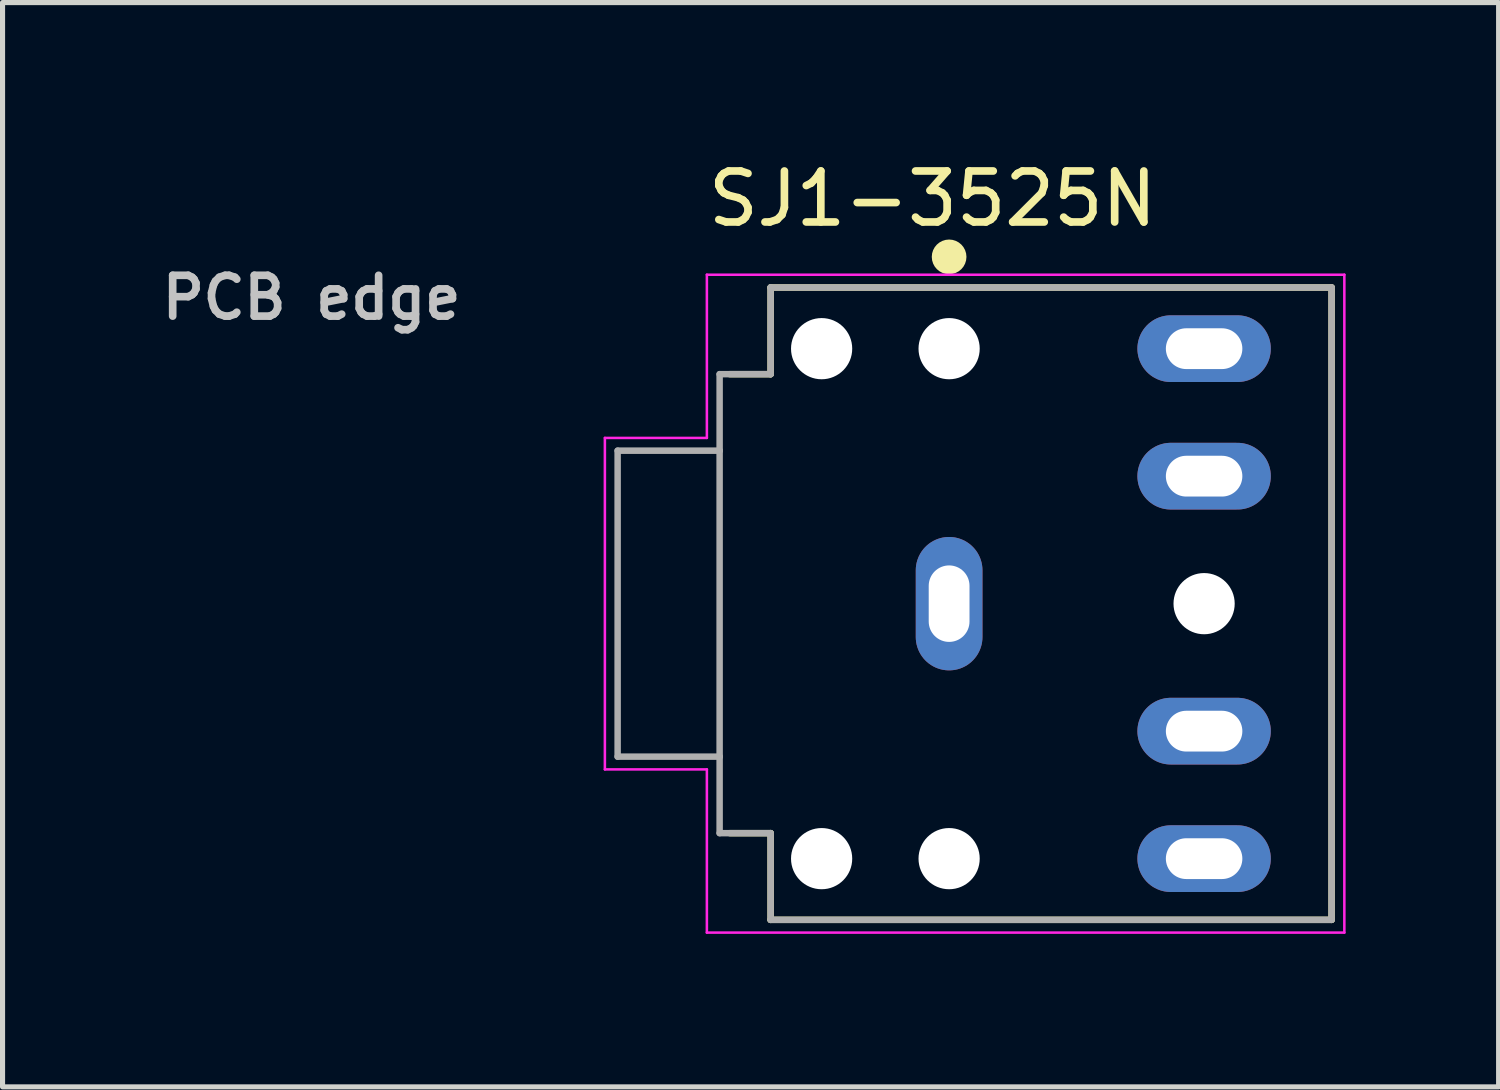
<source format=kicad_pcb>
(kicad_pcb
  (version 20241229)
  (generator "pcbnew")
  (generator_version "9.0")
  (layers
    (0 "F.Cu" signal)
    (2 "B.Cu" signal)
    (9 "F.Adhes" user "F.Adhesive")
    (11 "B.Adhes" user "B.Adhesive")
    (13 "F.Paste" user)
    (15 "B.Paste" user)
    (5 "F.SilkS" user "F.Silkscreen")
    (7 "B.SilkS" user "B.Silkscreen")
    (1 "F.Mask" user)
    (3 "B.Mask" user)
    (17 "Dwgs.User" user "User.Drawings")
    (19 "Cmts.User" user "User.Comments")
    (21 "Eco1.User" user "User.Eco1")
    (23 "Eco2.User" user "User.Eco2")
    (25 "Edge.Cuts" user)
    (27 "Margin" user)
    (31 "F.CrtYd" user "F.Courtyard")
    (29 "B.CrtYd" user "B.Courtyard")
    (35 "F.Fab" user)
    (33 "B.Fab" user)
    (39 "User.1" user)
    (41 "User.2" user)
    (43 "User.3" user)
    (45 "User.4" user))
  (footprint "SJ1-3525N"
    (layer "F.Cu")
    (at 15.561 8.787)
    (property "Reference" "SJ1-3525N" (at -0.325 -7.939 0) (layer "F.SilkS") (effects (font (size 1 1) (thickness 0.15))))
    (attr through_hole)
    (fp_line (start -3.5 -6.2) (end -3.5 -4.5) (stroke (width 0.127) (type solid)) (layer "F.SilkS"))
    (fp_line (start -3.5 -4.5) (end -4.3 -4.5) (stroke (width 0.127) (type solid)) (layer "F.SilkS"))
    (fp_line (start -3.5 4.5) (end -4.3 4.5) (stroke (width 0.127) (type solid)) (layer "F.SilkS"))
    (fp_line (start -3.5 4.5) (end -3.5 6.2) (stroke (width 0.127) (type solid)) (layer "F.SilkS"))
    (fp_line (start 7.5 -6.2) (end -3.5 -6.2) (stroke (width 0.127) (type solid)) (layer "F.SilkS"))
    (fp_line (start 7.5 -6.2) (end 7.5 6.2) (stroke (width 0.127) (type solid)) (layer "F.SilkS"))
    (fp_line (start 7.5 6.2) (end -3.5 6.2) (stroke (width 0.127) (type solid)) (layer "F.SilkS"))
    (fp_circle (center 0 -6.8) (end 0.17 -6.8) (stroke (width 0.34) (type solid)) (fill no) (layer "F.SilkS"))
    (fp_line (start -6.75 -3.25) (end -6.75 3.25) (stroke (width 0.05) (type solid)) (layer "F.CrtYd"))
    (fp_line (start -6.75 3.25) (end -4.75 3.25) (stroke (width 0.05) (type solid)) (layer "F.CrtYd"))
    (fp_line (start -4.75 -6.45) (end -4.75 -3.25) (stroke (width 0.05) (type solid)) (layer "F.CrtYd"))
    (fp_line (start -4.75 -6.45) (end 7.75 -6.45) (stroke (width 0.05) (type solid)) (layer "F.CrtYd"))
    (fp_line (start -4.75 -3.25) (end -6.75 -3.25) (stroke (width 0.05) (type solid)) (layer "F.CrtYd"))
    (fp_line (start -4.75 3.25) (end -4.75 6.45) (stroke (width 0.05) (type solid)) (layer "F.CrtYd"))
    (fp_line (start 7.75 -6.45) (end 7.75 6.45) (stroke (width 0.05) (type solid)) (layer "F.CrtYd"))
    (fp_line (start 7.75 6.45) (end -4.75 6.45) (stroke (width 0.05) (type solid)) (layer "F.CrtYd"))
    (fp_line (start -6.5 -3) (end -6.5 3) (stroke (width 0.127) (type solid)) (layer "F.Fab"))
    (fp_line (start -6.5 3) (end -4.5 3) (stroke (width 0.127) (type solid)) (layer "F.Fab"))
    (fp_line (start -4.5 -4.5) (end -4.5 -3) (stroke (width 0.127) (type solid)) (layer "F.Fab"))
    (fp_line (start -4.5 -3) (end -6.5 -3) (stroke (width 0.127) (type solid)) (layer "F.Fab"))
    (fp_line (start -4.5 -3) (end -4.5 3) (stroke (width 0.127) (type solid)) (layer "F.Fab"))
    (fp_line (start -4.5 3) (end -4.5 4.5) (stroke (width 0.127) (type solid)) (layer "F.Fab"))
    (fp_line (start -4.5 4.5) (end -3.5 4.5) (stroke (width 0.127) (type solid)) (layer "F.Fab"))
    (fp_line (start -3.5 -6.2) (end -3.5 -4.5) (stroke (width 0.127) (type solid)) (layer "F.Fab"))
    (fp_line (start -3.5 -4.5) (end -4.5 -4.5) (stroke (width 0.127) (type solid)) (layer "F.Fab"))
    (fp_line (start -3.5 4.5) (end -3.5 6.2) (stroke (width 0.127) (type solid)) (layer "F.Fab"))
    (fp_line (start 7.5 -6.2) (end -3.5 -6.2) (stroke (width 0.127) (type solid)) (layer "F.Fab"))
    (fp_line (start 7.5 -6.2) (end 7.5 6.2) (stroke (width 0.127) (type solid)) (layer "F.Fab"))
    (fp_line (start 7.5 6.2) (end -3.5 6.2) (stroke (width 0.127) (type solid)) (layer "F.Fab"))
    (fp_text user "PCB edge" (at -12.501 -6.001 0) (layer "Dwgs.User") (effects (font (size 0.8 0.8) (thickness 0.15))))
    (pad "" np_thru_hole circle (at -2.5 -5) (size 1.2 1.2) (drill 1.2) (layers "*.Cu" "*.Mask"))
    (pad "" np_thru_hole circle (at -2.5 5) (size 1.2 1.2) (drill 1.2) (layers "*.Cu" "*.Mask"))
    (pad "" np_thru_hole circle (at 0 -5) (size 1.2 1.2) (drill 1.2) (layers "*.Cu" "*.Mask"))
    (pad "" np_thru_hole circle (at 0 5) (size 1.2 1.2) (drill 1.2) (layers "*.Cu" "*.Mask"))
    (pad "" np_thru_hole circle (at 5 0) (size 1.2 1.2) (drill 1.2) (layers "*.Cu" "*.Mask"))
    (pad "1" thru_hole oval (at 0 0) (size 1.308 2.616) (drill oval 0.8 1.5) (layers "*.Cu" "*.Mask"))
    (pad "2" thru_hole oval (at 5 5) (size 2.616 1.308) (drill oval 1.5 0.8) (layers "*.Cu" "*.Mask"))
    (pad "3" thru_hole oval (at 5 -5) (size 2.616 1.308) (drill oval 1.5 0.8) (layers "*.Cu" "*.Mask"))
    (pad "10" thru_hole oval (at 5 2.5) (size 2.616 1.308) (drill oval 1.5 0.8) (layers "*.Cu" "*.Mask"))
    (pad "11" thru_hole oval (at 5 -2.5) (size 2.616 1.308) (drill oval 1.5 0.8) (layers "*.Cu" "*.Mask")))
  (gr_rect
    (start -3 -3)
    (end 26.336 18.262)
    (stroke (width 0.1) (type default))
    (fill no)
    (layer "Edge.Cuts")))
</source>
